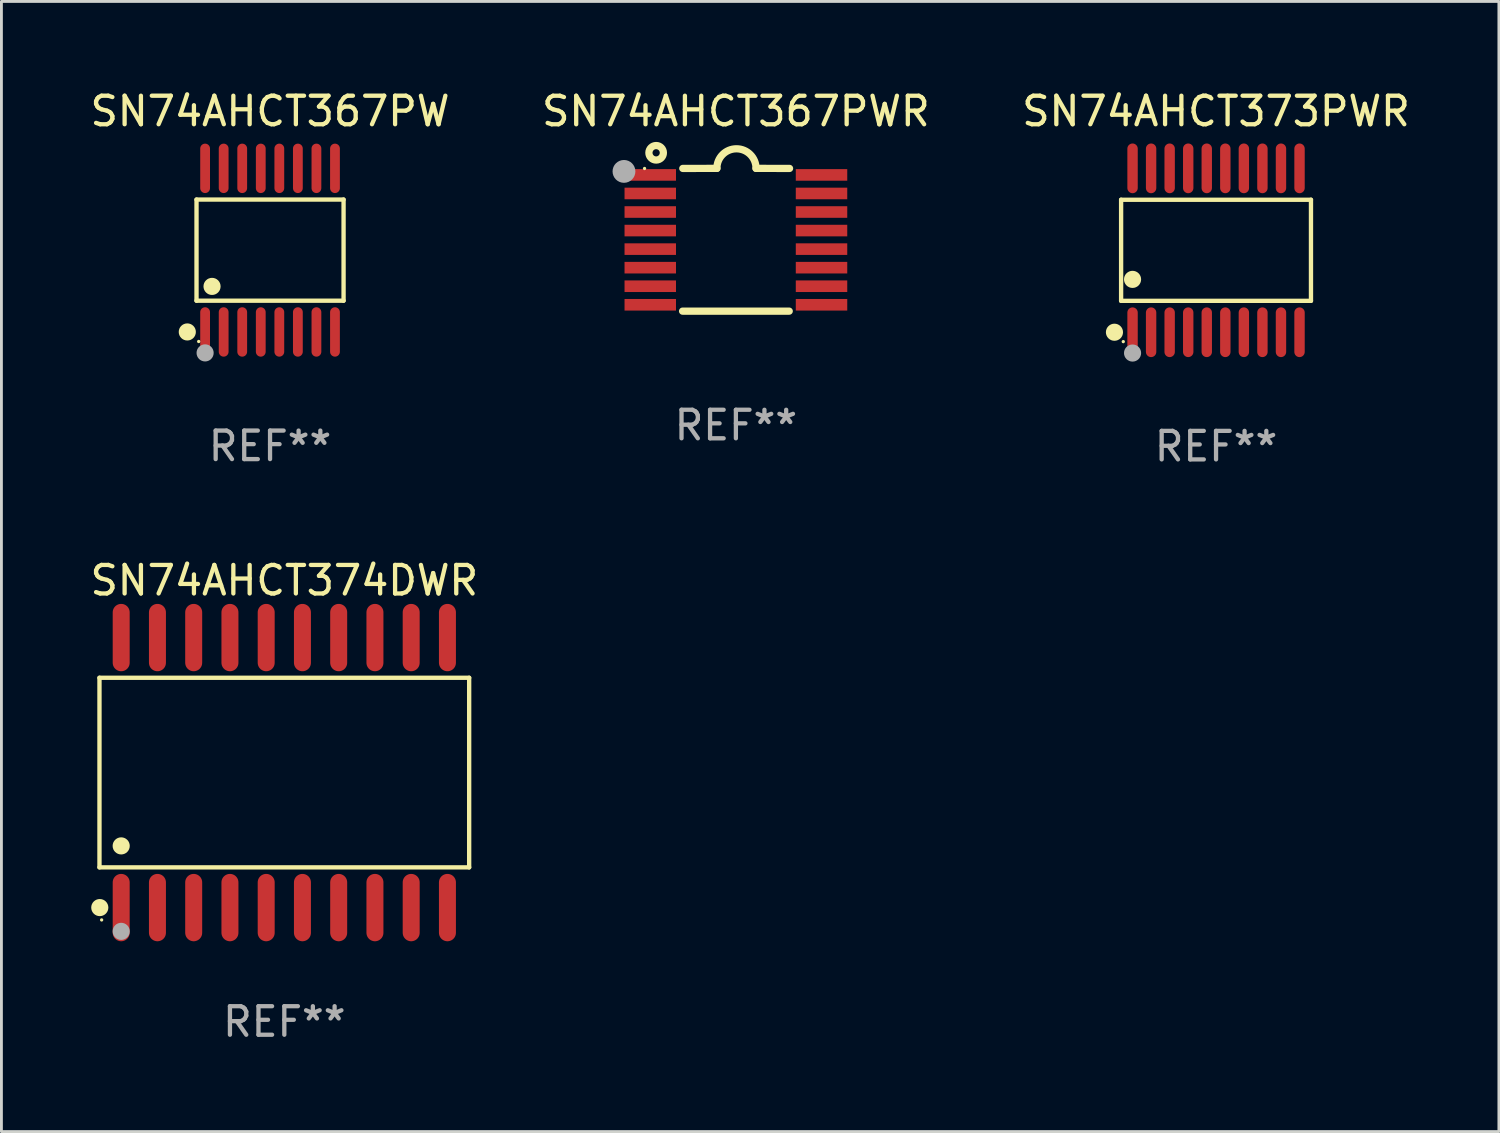
<source format=kicad_pcb>
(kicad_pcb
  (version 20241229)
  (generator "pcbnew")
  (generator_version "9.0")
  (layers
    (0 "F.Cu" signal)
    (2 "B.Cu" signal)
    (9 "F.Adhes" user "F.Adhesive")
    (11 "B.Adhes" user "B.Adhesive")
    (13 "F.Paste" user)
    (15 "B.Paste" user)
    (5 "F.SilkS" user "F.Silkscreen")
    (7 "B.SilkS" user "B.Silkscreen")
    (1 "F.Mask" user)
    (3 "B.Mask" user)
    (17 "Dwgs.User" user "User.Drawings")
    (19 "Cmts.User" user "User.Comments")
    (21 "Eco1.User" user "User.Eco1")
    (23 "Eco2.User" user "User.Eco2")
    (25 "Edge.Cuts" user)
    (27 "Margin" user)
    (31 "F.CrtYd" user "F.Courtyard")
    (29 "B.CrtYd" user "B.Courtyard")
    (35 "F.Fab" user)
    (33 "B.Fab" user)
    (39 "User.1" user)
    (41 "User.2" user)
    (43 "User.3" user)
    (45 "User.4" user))
  (footprint "SN74AHCT367PWR"
    (layer "F.Cu")
    (at 22.732 5.35)
    (property "Reference" "SN74AHCT367PWR" (at 0 -4.501 0) (layer "F.SilkS") (effects (font (size 1 1) (thickness 0.15))))
    (attr through_hole)
    (fp_line (start -1.868 2.501) (end 1.868 2.501) (stroke (width 0.254) (type solid)) (layer "F.SilkS"))
    (fp_line (start -1.86 -2.499) (end -0.666 -2.501) (stroke (width 0.254) (type solid)) (layer "F.SilkS"))
    (fp_line (start 0.706 -2.501) (end 1.88 -2.499) (stroke (width 0.254) (type solid)) (layer "F.SilkS"))
    (fp_arc (start -0.665914 -2.501448) (mid 0.019888 -3.18725) (end 0.70569 -2.501448) (stroke (width 0.254001) (type solid)) (layer "F.SilkS"))
    (fp_circle (center -3.2 -2.497) (end -3.17 -2.497) (stroke (width 0.06) (type solid)) (fill no) (layer "F.SilkS"))
    (fp_circle (center -2.794 -3.047) (end -2.54 -3.047) (stroke (width 0.254) (type solid)) (fill no) (layer "F.SilkS"))
    (fp_circle (center -3.921 -2.395) (end -3.721 -2.395) (stroke (width 0.4) (type solid)) (fill no) (layer "F.Fab"))
    (fp_text user "REF**" (at 0 6.501 0) (layer "F.Fab") (effects (font (size 1 1) (thickness 0.15))))
    (pad "1" smd rect (at -3 -2.272) (size 1.803 0.406) (layers "F.Cu" "F.Mask" "F.Paste"))
    (pad "2" smd rect (at -3 -1.622) (size 1.803 0.406) (layers "F.Cu" "F.Mask" "F.Paste"))
    (pad "3" smd rect (at -3 -0.972) (size 1.803 0.406) (layers "F.Cu" "F.Mask" "F.Paste"))
    (pad "4" smd rect (at -3 -0.322) (size 1.803 0.406) (layers "F.Cu" "F.Mask" "F.Paste"))
    (pad "5" smd rect (at -3 0.328) (size 1.803 0.406) (layers "F.Cu" "F.Mask" "F.Paste"))
    (pad "6" smd rect (at -3 0.978) (size 1.803 0.406) (layers "F.Cu" "F.Mask" "F.Paste"))
    (pad "7" smd rect (at -3 1.628) (size 1.803 0.406) (layers "F.Cu" "F.Mask" "F.Paste"))
    (pad "8" smd rect (at -3 2.278) (size 1.803 0.406) (layers "F.Cu" "F.Mask" "F.Paste"))
    (pad "9" smd rect (at 3 2.278) (size 1.803 0.406) (layers "F.Cu" "F.Mask" "F.Paste"))
    (pad "10" smd rect (at 3 1.628) (size 1.803 0.406) (layers "F.Cu" "F.Mask" "F.Paste"))
    (pad "11" smd rect (at 3 0.978) (size 1.803 0.406) (layers "F.Cu" "F.Mask" "F.Paste"))
    (pad "12" smd rect (at 3 0.328) (size 1.803 0.406) (layers "F.Cu" "F.Mask" "F.Paste"))
    (pad "13" smd rect (at 3 -0.322) (size 1.803 0.406) (layers "F.Cu" "F.Mask" "F.Paste"))
    (pad "14" smd rect (at 3 -0.972) (size 1.803 0.406) (layers "F.Cu" "F.Mask" "F.Paste"))
    (pad "15" smd rect (at 3 -1.622) (size 1.803 0.406) (layers "F.Cu" "F.Mask" "F.Paste"))
    (pad "16" smd rect (at 3 -2.272) (size 1.803 0.406) (layers "F.Cu" "F.Mask" "F.Paste")))
  (footprint "SN74AHCT367PW"
    (layer "F.Cu")
    (at 6.411 5.714)
    (property "Reference" "SN74AHCT367PW" (at 0 -4.866 0) (layer "F.SilkS") (effects (font (size 1 1) (thickness 0.15))))
    (attr through_hole)
    (fp_line (start -2.576 -1.772) (end 2.576 -1.772) (stroke (width 0.152) (type solid)) (layer "F.SilkS"))
    (fp_line (start -2.576 1.771) (end -2.576 -1.772) (stroke (width 0.152) (type solid)) (layer "F.SilkS"))
    (fp_line (start 2.576 -1.772) (end 2.576 1.771) (stroke (width 0.152) (type solid)) (layer "F.SilkS"))
    (fp_line (start 2.576 1.771) (end -2.576 1.771) (stroke (width 0.152) (type solid)) (layer "F.SilkS"))
    (fp_circle (center -2.899 2.866) (end -2.749 2.866) (stroke (width 0.3) (type solid)) (fill no) (layer "F.SilkS"))
    (fp_circle (center -2.5 3.2) (end -2.47 3.2) (stroke (width 0.06) (type solid)) (fill no) (layer "F.SilkS"))
    (fp_circle (center -2.032 1.27) (end -1.882 1.27) (stroke (width 0.3) (type solid)) (fill no) (layer "F.SilkS"))
    (fp_circle (center -2.275 3.6) (end -2.125 3.6) (stroke (width 0.3) (type solid)) (fill no) (layer "F.Fab"))
    (fp_text user "REF**" (at 0 6.866 0) (layer "F.Fab") (effects (font (size 1 1) (thickness 0.15))))
    (pad "1" smd oval (at -2.275 2.866) (size 0.343 1.731) (layers "F.Cu" "F.Mask" "F.Paste"))
    (pad "2" smd oval (at -1.625 2.866) (size 0.343 1.731) (layers "F.Cu" "F.Mask" "F.Paste"))
    (pad "3" smd oval (at -0.975 2.866) (size 0.343 1.731) (layers "F.Cu" "F.Mask" "F.Paste"))
    (pad "4" smd oval (at -0.325 2.866) (size 0.343 1.731) (layers "F.Cu" "F.Mask" "F.Paste"))
    (pad "5" smd oval (at 0.325 2.866) (size 0.343 1.731) (layers "F.Cu" "F.Mask" "F.Paste"))
    (pad "6" smd oval (at 0.975 2.866) (size 0.343 1.731) (layers "F.Cu" "F.Mask" "F.Paste"))
    (pad "7" smd oval (at 1.625 2.866) (size 0.343 1.731) (layers "F.Cu" "F.Mask" "F.Paste"))
    (pad "8" smd oval (at 2.275 2.866) (size 0.343 1.731) (layers "F.Cu" "F.Mask" "F.Paste"))
    (pad "9" smd oval (at 2.275 -2.866) (size 0.343 1.731) (layers "F.Cu" "F.Mask" "F.Paste"))
    (pad "10" smd oval (at 1.625 -2.866) (size 0.343 1.731) (layers "F.Cu" "F.Mask" "F.Paste"))
    (pad "11" smd oval (at 0.975 -2.866) (size 0.343 1.731) (layers "F.Cu" "F.Mask" "F.Paste"))
    (pad "12" smd oval (at 0.325 -2.866) (size 0.343 1.731) (layers "F.Cu" "F.Mask" "F.Paste"))
    (pad "13" smd oval (at -0.325 -2.866) (size 0.343 1.731) (layers "F.Cu" "F.Mask" "F.Paste"))
    (pad "14" smd oval (at -0.975 -2.866) (size 0.343 1.731) (layers "F.Cu" "F.Mask" "F.Paste"))
    (pad "15" smd oval (at -1.625 -2.866) (size 0.343 1.731) (layers "F.Cu" "F.Mask" "F.Paste"))
    (pad "16" smd oval (at -2.275 -2.866) (size 0.343 1.731) (layers "F.Cu" "F.Mask" "F.Paste")))
  (footprint "SN74AHCT374DWR"
    (layer "F.Cu")
    (at 6.911 24.017)
    (property "Reference" "SN74AHCT374DWR" (at 0 -6.73 0) (layer "F.SilkS") (effects (font (size 1 1) (thickness 0.15))))
    (attr through_hole)
    (fp_line (start -6.476 -3.321) (end 6.476 -3.321) (stroke (width 0.152) (type solid)) (layer "F.SilkS"))
    (fp_line (start -6.476 3.321) (end -6.476 -3.321) (stroke (width 0.152) (type solid)) (layer "F.SilkS"))
    (fp_line (start 6.476 -3.321) (end 6.476 3.321) (stroke (width 0.152) (type solid)) (layer "F.SilkS"))
    (fp_line (start 6.476 3.321) (end -6.476 3.321) (stroke (width 0.152) (type solid)) (layer "F.SilkS"))
    (fp_circle (center -6.465 4.73) (end -6.315 4.73) (stroke (width 0.3) (type solid)) (fill no) (layer "F.SilkS"))
    (fp_circle (center -6.4 5.163) (end -6.37 5.163) (stroke (width 0.06) (type solid)) (fill no) (layer "F.SilkS"))
    (fp_circle (center -5.715 2.569) (end -5.565 2.569) (stroke (width 0.3) (type solid)) (fill no) (layer "F.SilkS"))
    (fp_circle (center -5.715 5.563) (end -5.565 5.563) (stroke (width 0.3) (type solid)) (fill no) (layer "F.Fab"))
    (fp_text user "REF**" (at 0 8.73 0) (layer "F.Fab") (effects (font (size 1 1) (thickness 0.15))))
    (pad "1" smd oval (at -5.715 4.73) (size 0.595 2.36) (layers "F.Cu" "F.Mask" "F.Paste"))
    (pad "2" smd oval (at -4.445 4.73) (size 0.595 2.36) (layers "F.Cu" "F.Mask" "F.Paste"))
    (pad "3" smd oval (at -3.175 4.73) (size 0.595 2.36) (layers "F.Cu" "F.Mask" "F.Paste"))
    (pad "4" smd oval (at -1.905 4.73) (size 0.595 2.36) (layers "F.Cu" "F.Mask" "F.Paste"))
    (pad "5" smd oval (at -0.635 4.73) (size 0.595 2.36) (layers "F.Cu" "F.Mask" "F.Paste"))
    (pad "6" smd oval (at 0.635 4.73) (size 0.595 2.36) (layers "F.Cu" "F.Mask" "F.Paste"))
    (pad "7" smd oval (at 1.905 4.73) (size 0.595 2.36) (layers "F.Cu" "F.Mask" "F.Paste"))
    (pad "8" smd oval (at 3.175 4.73) (size 0.595 2.36) (layers "F.Cu" "F.Mask" "F.Paste"))
    (pad "9" smd oval (at 4.445 4.73) (size 0.595 2.36) (layers "F.Cu" "F.Mask" "F.Paste"))
    (pad "10" smd oval (at 5.715 4.73) (size 0.595 2.36) (layers "F.Cu" "F.Mask" "F.Paste"))
    (pad "11" smd oval (at 5.715 -4.73) (size 0.595 2.36) (layers "F.Cu" "F.Mask" "F.Paste"))
    (pad "12" smd oval (at 4.445 -4.73) (size 0.595 2.36) (layers "F.Cu" "F.Mask" "F.Paste"))
    (pad "13" smd oval (at 3.175 -4.73) (size 0.595 2.36) (layers "F.Cu" "F.Mask" "F.Paste"))
    (pad "14" smd oval (at 1.905 -4.73) (size 0.595 2.36) (layers "F.Cu" "F.Mask" "F.Paste"))
    (pad "15" smd oval (at 0.635 -4.73) (size 0.595 2.36) (layers "F.Cu" "F.Mask" "F.Paste"))
    (pad "16" smd oval (at -0.635 -4.73) (size 0.595 2.36) (layers "F.Cu" "F.Mask" "F.Paste"))
    (pad "17" smd oval (at -1.905 -4.73) (size 0.595 2.36) (layers "F.Cu" "F.Mask" "F.Paste"))
    (pad "18" smd oval (at -3.175 -4.73) (size 0.595 2.36) (layers "F.Cu" "F.Mask" "F.Paste"))
    (pad "19" smd oval (at -4.445 -4.73) (size 0.595 2.36) (layers "F.Cu" "F.Mask" "F.Paste"))
    (pad "20" smd oval (at -5.715 -4.73) (size 0.595 2.36) (layers "F.Cu" "F.Mask" "F.Paste")))
  (footprint "SN74AHCT373PWR"
    (layer "F.Cu")
    (at 39.554 5.719)
    (property "Reference" "SN74AHCT373PWR" (at 0 -4.871 0) (layer "F.SilkS") (effects (font (size 1 1) (thickness 0.15))))
    (attr through_hole)
    (fp_line (start -3.326 -1.771) (end 3.326 -1.771) (stroke (width 0.152) (type solid)) (layer "F.SilkS"))
    (fp_line (start -3.326 1.771) (end -3.326 -1.771) (stroke (width 0.152) (type solid)) (layer "F.SilkS"))
    (fp_line (start 3.326 -1.771) (end 3.326 1.771) (stroke (width 0.152) (type solid)) (layer "F.SilkS"))
    (fp_line (start 3.326 1.771) (end -3.326 1.771) (stroke (width 0.152) (type solid)) (layer "F.SilkS"))
    (fp_circle (center -3.559 2.871) (end -3.409 2.871) (stroke (width 0.3) (type solid)) (fill no) (layer "F.SilkS"))
    (fp_circle (center -3.25 3.2) (end -3.22 3.2) (stroke (width 0.06) (type solid)) (fill no) (layer "F.SilkS"))
    (fp_circle (center -2.925 1.019) (end -2.775 1.019) (stroke (width 0.3) (type solid)) (fill no) (layer "F.SilkS"))
    (fp_circle (center -2.925 3.6) (end -2.775 3.6) (stroke (width 0.3) (type solid)) (fill no) (layer "F.Fab"))
    (fp_text user "REF**" (at 0 6.871 0) (layer "F.Fab") (effects (font (size 1 1) (thickness 0.15))))
    (pad "1" smd oval (at -2.925 2.871) (size 0.364 1.742) (layers "F.Cu" "F.Mask" "F.Paste"))
    (pad "2" smd oval (at -2.275 2.871) (size 0.364 1.742) (layers "F.Cu" "F.Mask" "F.Paste"))
    (pad "3" smd oval (at -1.625 2.871) (size 0.364 1.742) (layers "F.Cu" "F.Mask" "F.Paste"))
    (pad "4" smd oval (at -0.975 2.871) (size 0.364 1.742) (layers "F.Cu" "F.Mask" "F.Paste"))
    (pad "5" smd oval (at -0.325 2.871) (size 0.364 1.742) (layers "F.Cu" "F.Mask" "F.Paste"))
    (pad "6" smd oval (at 0.325 2.871) (size 0.364 1.742) (layers "F.Cu" "F.Mask" "F.Paste"))
    (pad "7" smd oval (at 0.975 2.871) (size 0.364 1.742) (layers "F.Cu" "F.Mask" "F.Paste"))
    (pad "8" smd oval (at 1.625 2.871) (size 0.364 1.742) (layers "F.Cu" "F.Mask" "F.Paste"))
    (pad "9" smd oval (at 2.275 2.871) (size 0.364 1.742) (layers "F.Cu" "F.Mask" "F.Paste"))
    (pad "10" smd oval (at 2.925 2.871) (size 0.364 1.742) (layers "F.Cu" "F.Mask" "F.Paste"))
    (pad "11" smd oval (at 2.925 -2.871) (size 0.364 1.742) (layers "F.Cu" "F.Mask" "F.Paste"))
    (pad "12" smd oval (at 2.275 -2.871) (size 0.364 1.742) (layers "F.Cu" "F.Mask" "F.Paste"))
    (pad "13" smd oval (at 1.625 -2.871) (size 0.364 1.742) (layers "F.Cu" "F.Mask" "F.Paste"))
    (pad "14" smd oval (at 0.975 -2.871) (size 0.364 1.742) (layers "F.Cu" "F.Mask" "F.Paste"))
    (pad "15" smd oval (at 0.325 -2.871) (size 0.364 1.742) (layers "F.Cu" "F.Mask" "F.Paste"))
    (pad "16" smd oval (at -0.325 -2.871) (size 0.364 1.742) (layers "F.Cu" "F.Mask" "F.Paste"))
    (pad "17" smd oval (at -0.975 -2.871) (size 0.364 1.742) (layers "F.Cu" "F.Mask" "F.Paste"))
    (pad "18" smd oval (at -1.625 -2.871) (size 0.364 1.742) (layers "F.Cu" "F.Mask" "F.Paste"))
    (pad "19" smd oval (at -2.275 -2.871) (size 0.364 1.742) (layers "F.Cu" "F.Mask" "F.Paste"))
    (pad "20" smd oval (at -2.925 -2.871) (size 0.364 1.742) (layers "F.Cu" "F.Mask" "F.Paste")))
  (gr_rect
    (start -3 -3)
    (end 49.464 36.595)
    (stroke (width 0.1) (type default))
    (fill no)
    (layer "Edge.Cuts")))
</source>
